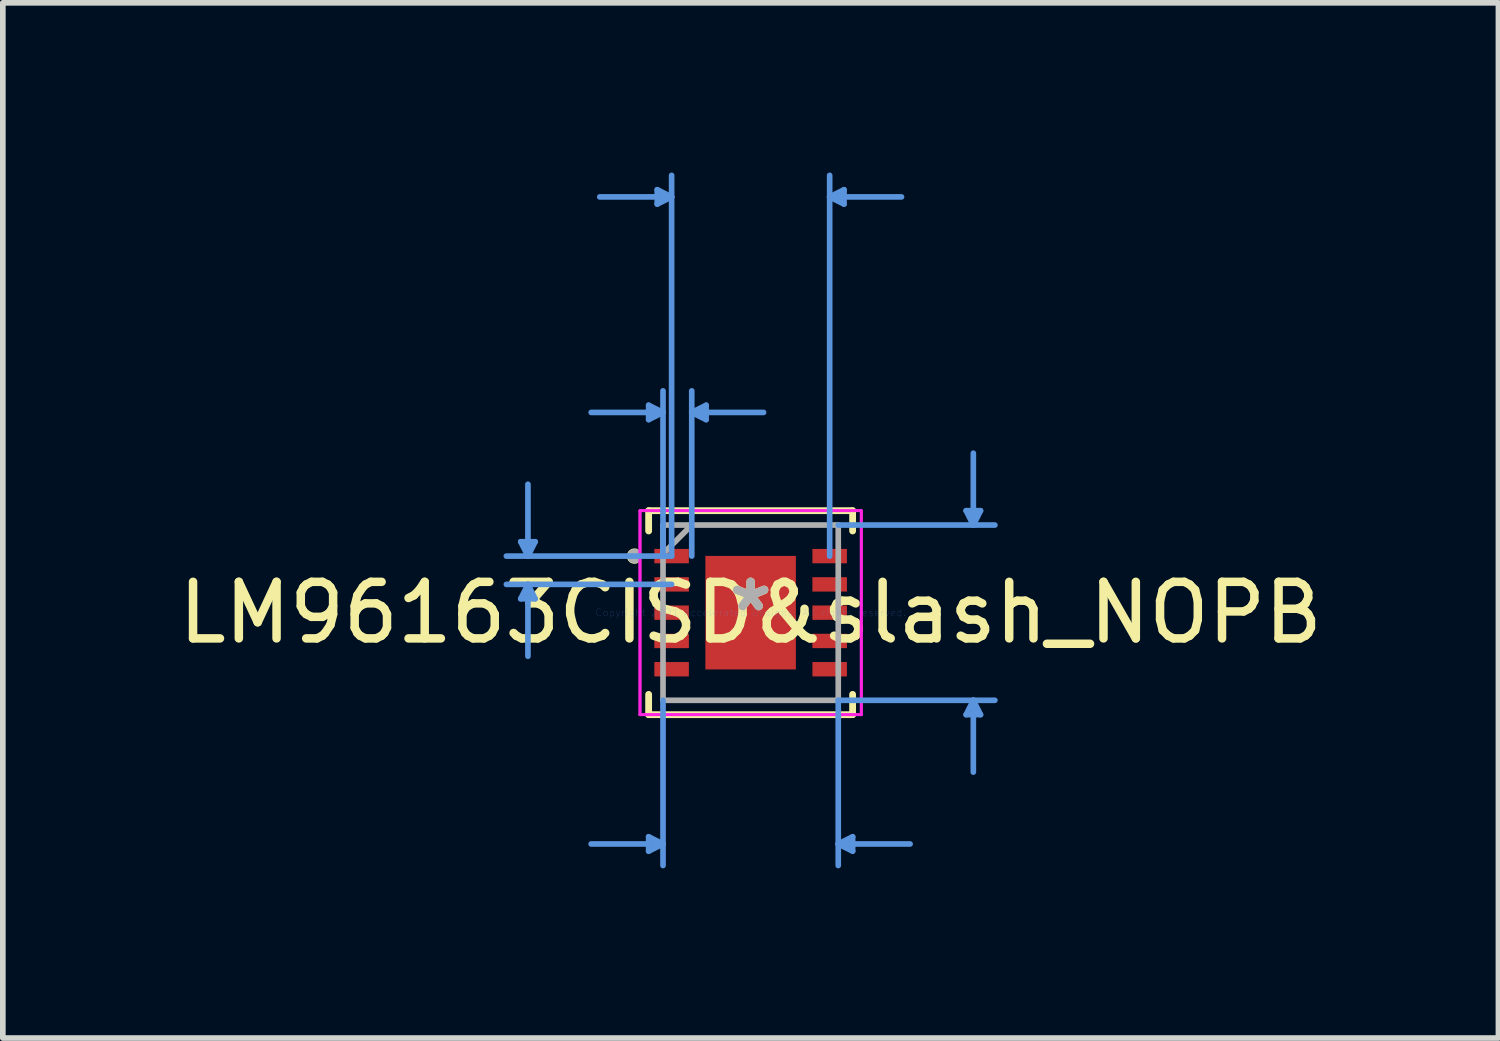
<source format=kicad_pcb>
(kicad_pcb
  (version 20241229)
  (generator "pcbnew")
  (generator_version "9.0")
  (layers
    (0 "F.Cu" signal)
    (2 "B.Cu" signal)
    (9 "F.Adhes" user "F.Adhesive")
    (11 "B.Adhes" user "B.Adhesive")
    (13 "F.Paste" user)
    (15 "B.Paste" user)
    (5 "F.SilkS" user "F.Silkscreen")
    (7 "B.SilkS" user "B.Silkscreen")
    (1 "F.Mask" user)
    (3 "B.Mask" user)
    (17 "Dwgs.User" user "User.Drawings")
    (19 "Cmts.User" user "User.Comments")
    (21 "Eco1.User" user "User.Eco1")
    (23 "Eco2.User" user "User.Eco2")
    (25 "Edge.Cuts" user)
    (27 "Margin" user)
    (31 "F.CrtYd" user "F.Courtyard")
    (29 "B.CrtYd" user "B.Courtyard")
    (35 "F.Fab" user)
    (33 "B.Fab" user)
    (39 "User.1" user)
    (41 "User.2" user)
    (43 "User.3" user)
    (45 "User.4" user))
  (footprint "LM96163CISD&slash_NOPB"
    (layer "F.Cu")
    (at 10.22 7.781)
    (property "Reference" "LM96163CISD&slash_NOPB" (at 0 0 0) (layer "F.SilkS") (effects (font (size 1 1) (thickness 0.15))))
    (attr through_hole)
    (fp_line (start -1.803 -1.803) (end -1.803 -1.444) (stroke (width 0.12) (type solid)) (layer "F.SilkS"))
    (fp_line (start -1.803 1.444) (end -1.803 1.803) (stroke (width 0.12) (type solid)) (layer "F.SilkS"))
    (fp_line (start -1.803 1.803) (end 1.803 1.803) (stroke (width 0.12) (type solid)) (layer "F.SilkS"))
    (fp_line (start 1.803 -1.803) (end -1.803 -1.803) (stroke (width 0.12) (type solid)) (layer "F.SilkS"))
    (fp_line (start 1.803 -1.444) (end 1.803 -1.803) (stroke (width 0.12) (type solid)) (layer "F.SilkS"))
    (fp_line (start 1.803 1.803) (end 1.803 1.444) (stroke (width 0.12) (type solid)) (layer "F.SilkS"))
    (fp_arc (start -2.03454 -0.926171) (mid -2.1296 -1) (end -2.03454 -1.073829) (stroke (width 0.12) (type solid)) (layer "F.SilkS"))
    (fp_poly (pts (xy -1.905 -1.127) (xy -1.905 -0.873) (xy -1.295 -0.873) (xy -1.295 -1.127)) (stroke (width 0.1) (type solid)) (fill yes) (layer "F.Paste"))
    (fp_poly (pts (xy -1.905 -0.627) (xy -1.905 -0.373) (xy -1.295 -0.373) (xy -1.295 -0.627)) (stroke (width 0.1) (type solid)) (fill yes) (layer "F.Paste"))
    (fp_poly (pts (xy -1.905 -0.127) (xy -1.905 0.127) (xy -1.295 0.127) (xy -1.295 -0.127)) (stroke (width 0.1) (type solid)) (fill yes) (layer "F.Paste"))
    (fp_poly (pts (xy -1.905 0.373) (xy -1.905 0.627) (xy -1.295 0.627) (xy -1.295 0.373)) (stroke (width 0.1) (type solid)) (fill yes) (layer "F.Paste"))
    (fp_poly (pts (xy -1.905 0.873) (xy -1.905 1.127) (xy -1.295 1.127) (xy -1.295 0.873)) (stroke (width 0.1) (type solid)) (fill yes) (layer "F.Paste"))
    (fp_poly (pts (xy -0.699 -0.953) (xy -0.699 0.953) (xy 0.699 0.953) (xy 0.699 -0.953)) (stroke (width 0.1) (type solid)) (fill yes) (layer "F.Paste"))
    (fp_poly (pts (xy 1.295 -1.127) (xy 1.295 -0.873) (xy 1.905 -0.873) (xy 1.905 -1.127)) (stroke (width 0.1) (type solid)) (fill yes) (layer "F.Paste"))
    (fp_poly (pts (xy 1.295 -0.627) (xy 1.295 -0.373) (xy 1.905 -0.373) (xy 1.905 -0.627)) (stroke (width 0.1) (type solid)) (fill yes) (layer "F.Paste"))
    (fp_poly (pts (xy 1.295 -0.127) (xy 1.295 0.127) (xy 1.905 0.127) (xy 1.905 -0.127)) (stroke (width 0.1) (type solid)) (fill yes) (layer "F.Paste"))
    (fp_poly (pts (xy 1.295 0.373) (xy 1.295 0.627) (xy 1.905 0.627) (xy 1.905 0.373)) (stroke (width 0.1) (type solid)) (fill yes) (layer "F.Paste"))
    (fp_poly (pts (xy 1.295 0.873) (xy 1.295 1.127) (xy 1.905 1.127) (xy 1.905 0.873)) (stroke (width 0.1) (type solid)) (fill yes) (layer "F.Paste"))
    (fp_line (start -4.064 -1.254) (end -3.81 -1.254) (stroke (width 0.1) (type solid)) (layer "Cmts.User"))
    (fp_line (start -4.064 -0.246) (end -3.81 -0.246) (stroke (width 0.1) (type solid)) (layer "Cmts.User"))
    (fp_line (start -3.937 -1) (end -4.064 -1.254) (stroke (width 0.1) (type solid)) (layer "Cmts.User"))
    (fp_line (start -3.937 -1) (end -3.937 -2.27) (stroke (width 0.1) (type solid)) (layer "Cmts.User"))
    (fp_line (start -3.937 -1) (end -3.81 -1.254) (stroke (width 0.1) (type solid)) (layer "Cmts.User"))
    (fp_line (start -3.937 -0.5) (end -4.064 -0.246) (stroke (width 0.1) (type solid)) (layer "Cmts.User"))
    (fp_line (start -3.937 -0.5) (end -3.937 0.77) (stroke (width 0.1) (type solid)) (layer "Cmts.User"))
    (fp_line (start -3.937 -0.5) (end -3.81 -0.246) (stroke (width 0.1) (type solid)) (layer "Cmts.User"))
    (fp_line (start -1.803 -3.667) (end -1.803 -3.413) (stroke (width 0.1) (type solid)) (layer "Cmts.User"))
    (fp_line (start -1.803 3.962) (end -1.803 4.216) (stroke (width 0.1) (type solid)) (layer "Cmts.User"))
    (fp_line (start -1.651 -7.477) (end -1.651 -7.223) (stroke (width 0.1) (type solid)) (layer "Cmts.User"))
    (fp_line (start -1.549 -3.54) (end -2.819 -3.54) (stroke (width 0.1) (type solid)) (layer "Cmts.User"))
    (fp_line (start -1.549 -3.54) (end -1.803 -3.667) (stroke (width 0.1) (type solid)) (layer "Cmts.User"))
    (fp_line (start -1.549 -3.54) (end -1.803 -3.413) (stroke (width 0.1) (type solid)) (layer "Cmts.User"))
    (fp_line (start -1.549 -1) (end -1.549 -3.921) (stroke (width 0.1) (type solid)) (layer "Cmts.User"))
    (fp_line (start -1.549 1.549) (end -1.549 4.47) (stroke (width 0.1) (type solid)) (layer "Cmts.User"))
    (fp_line (start -1.549 4.089) (end -2.819 4.089) (stroke (width 0.1) (type solid)) (layer "Cmts.User"))
    (fp_line (start -1.549 4.089) (end -1.803 3.962) (stroke (width 0.1) (type solid)) (layer "Cmts.User"))
    (fp_line (start -1.549 4.089) (end -1.803 4.216) (stroke (width 0.1) (type solid)) (layer "Cmts.User"))
    (fp_line (start -1.397 -7.35) (end -2.667 -7.35) (stroke (width 0.1) (type solid)) (layer "Cmts.User"))
    (fp_line (start -1.397 -7.35) (end -1.651 -7.477) (stroke (width 0.1) (type solid)) (layer "Cmts.User"))
    (fp_line (start -1.397 -7.35) (end -1.651 -7.223) (stroke (width 0.1) (type solid)) (layer "Cmts.User"))
    (fp_line (start -1.397 -1) (end -4.318 -1) (stroke (width 0.1) (type solid)) (layer "Cmts.User"))
    (fp_line (start -1.397 -1) (end -1.397 -7.731) (stroke (width 0.1) (type solid)) (layer "Cmts.User"))
    (fp_line (start -1.397 -0.5) (end -4.318 -0.5) (stroke (width 0.1) (type solid)) (layer "Cmts.User"))
    (fp_line (start -1.041 -3.54) (end -0.787 -3.667) (stroke (width 0.1) (type solid)) (layer "Cmts.User"))
    (fp_line (start -1.041 -3.54) (end -0.787 -3.413) (stroke (width 0.1) (type solid)) (layer "Cmts.User"))
    (fp_line (start -1.041 -3.54) (end 0.229 -3.54) (stroke (width 0.1) (type solid)) (layer "Cmts.User"))
    (fp_line (start -1.041 -1) (end -1.041 -3.921) (stroke (width 0.1) (type solid)) (layer "Cmts.User"))
    (fp_line (start -0.787 -3.667) (end -0.787 -3.413) (stroke (width 0.1) (type solid)) (layer "Cmts.User"))
    (fp_line (start 1.397 -7.35) (end 1.651 -7.477) (stroke (width 0.1) (type solid)) (layer "Cmts.User"))
    (fp_line (start 1.397 -7.35) (end 1.651 -7.223) (stroke (width 0.1) (type solid)) (layer "Cmts.User"))
    (fp_line (start 1.397 -7.35) (end 2.667 -7.35) (stroke (width 0.1) (type solid)) (layer "Cmts.User"))
    (fp_line (start 1.397 -1) (end 1.397 -7.731) (stroke (width 0.1) (type solid)) (layer "Cmts.User"))
    (fp_line (start 1.549 -1.549) (end 4.318 -1.549) (stroke (width 0.1) (type solid)) (layer "Cmts.User"))
    (fp_line (start 1.549 1.549) (end 1.549 4.47) (stroke (width 0.1) (type solid)) (layer "Cmts.User"))
    (fp_line (start 1.549 1.549) (end 4.318 1.549) (stroke (width 0.1) (type solid)) (layer "Cmts.User"))
    (fp_line (start 1.549 4.089) (end 1.803 3.962) (stroke (width 0.1) (type solid)) (layer "Cmts.User"))
    (fp_line (start 1.549 4.089) (end 1.803 4.216) (stroke (width 0.1) (type solid)) (layer "Cmts.User"))
    (fp_line (start 1.549 4.089) (end 2.819 4.089) (stroke (width 0.1) (type solid)) (layer "Cmts.User"))
    (fp_line (start 1.651 -7.477) (end 1.651 -7.223) (stroke (width 0.1) (type solid)) (layer "Cmts.User"))
    (fp_line (start 1.803 3.962) (end 1.803 4.216) (stroke (width 0.1) (type solid)) (layer "Cmts.User"))
    (fp_line (start 3.81 -1.803) (end 4.064 -1.803) (stroke (width 0.1) (type solid)) (layer "Cmts.User"))
    (fp_line (start 3.81 1.803) (end 4.064 1.803) (stroke (width 0.1) (type solid)) (layer "Cmts.User"))
    (fp_line (start 3.937 -1.549) (end 3.81 -1.803) (stroke (width 0.1) (type solid)) (layer "Cmts.User"))
    (fp_line (start 3.937 -1.549) (end 3.937 -2.819) (stroke (width 0.1) (type solid)) (layer "Cmts.User"))
    (fp_line (start 3.937 -1.549) (end 4.064 -1.803) (stroke (width 0.1) (type solid)) (layer "Cmts.User"))
    (fp_line (start 3.937 1.549) (end 3.81 1.803) (stroke (width 0.1) (type solid)) (layer "Cmts.User"))
    (fp_line (start 3.937 1.549) (end 3.937 2.819) (stroke (width 0.1) (type solid)) (layer "Cmts.User"))
    (fp_line (start 3.937 1.549) (end 4.064 1.803) (stroke (width 0.1) (type solid)) (layer "Cmts.User"))
    (fp_line (start -1.956 -1.803) (end 1.956 -1.803) (stroke (width 0.05) (type solid)) (layer "F.CrtYd"))
    (fp_line (start -1.956 -1.803) (end 1.956 -1.803) (stroke (width 0.05) (type solid)) (layer "F.CrtYd"))
    (fp_line (start -1.956 1.803) (end -1.956 -1.803) (stroke (width 0.05) (type solid)) (layer "F.CrtYd"))
    (fp_line (start -1.956 1.803) (end -1.956 -1.803) (stroke (width 0.05) (type solid)) (layer "F.CrtYd"))
    (fp_line (start 1.956 -1.803) (end 1.956 1.803) (stroke (width 0.05) (type solid)) (layer "F.CrtYd"))
    (fp_line (start 1.956 -1.803) (end 1.956 1.803) (stroke (width 0.05) (type solid)) (layer "F.CrtYd"))
    (fp_line (start 1.956 1.803) (end -1.956 1.803) (stroke (width 0.05) (type solid)) (layer "F.CrtYd"))
    (fp_line (start 1.956 1.803) (end -1.956 1.803) (stroke (width 0.05) (type solid)) (layer "F.CrtYd"))
    (fp_line (start -1.549 -1.549) (end -1.549 1.549) (stroke (width 0.1) (type solid)) (layer "F.Fab"))
    (fp_line (start -1.549 1.549) (end 1.549 1.549) (stroke (width 0.1) (type solid)) (layer "F.Fab"))
    (fp_line (start -1.041 -1.549) (end -1.549 -1.041) (stroke (width 0.1) (type solid)) (layer "F.Fab"))
    (fp_line (start 1.549 -1.549) (end -1.549 -1.549) (stroke (width 0.1) (type solid)) (layer "F.Fab"))
    (fp_line (start 1.549 1.549) (end 1.549 -1.549) (stroke (width 0.1) (type solid)) (layer "F.Fab"))
    (fp_circle (center -2.053 -1) (end -1.977 -1) (stroke (width 0.1) (type solid)) (fill no) (layer "F.Fab"))
    (fp_text user "*" (at 0 0 0) (layer "F.SilkS") (effects (font (size 1 1) (thickness 0.15))))
    (fp_text user "Copyright 2021 Accelerated Designs. All rights reserved." (at 0 0 0) (layer "Cmts.User") (effects (font (size 0.127 0.127) (thickness 0.002))))
    (fp_text user "*" (at 0 0 0) (layer "F.Fab") (effects (font (size 1 1) (thickness 0.15))))
    (pad "1" smd rect (at -1.397 -1) (size 0.61 0.254) (layers "F.Cu" "F.Mask"))
    (pad "2" smd rect (at -1.397 -0.5) (size 0.61 0.254) (layers "F.Cu" "F.Mask"))
    (pad "3" smd rect (at -1.397 0) (size 0.61 0.254) (layers "F.Cu" "F.Mask"))
    (pad "4" smd rect (at -1.397 0.5) (size 0.61 0.254) (layers "F.Cu" "F.Mask"))
    (pad "5" smd rect (at -1.397 1) (size 0.61 0.254) (layers "F.Cu" "F.Mask"))
    (pad "6" smd rect (at 1.397 1) (size 0.61 0.254) (layers "F.Cu" "F.Mask"))
    (pad "7" smd rect (at 1.397 0.5) (size 0.61 0.254) (layers "F.Cu" "F.Mask"))
    (pad "8" smd rect (at 1.397 0) (size 0.61 0.254) (layers "F.Cu" "F.Mask"))
    (pad "9" smd rect (at 1.397 -0.5) (size 0.61 0.254) (layers "F.Cu" "F.Mask"))
    (pad "10" smd rect (at 1.397 -1) (size 0.61 0.254) (layers "F.Cu" "F.Mask"))
    (pad "11" smd rect (at 0 0) (size 1.6 2.007) (layers "F.Cu" "F.Mask")))
  (gr_rect
    (start -3 -3)
    (end 23.44 15.301)
    (stroke (width 0.1) (type default))
    (fill no)
    (layer "Edge.Cuts")))
</source>
